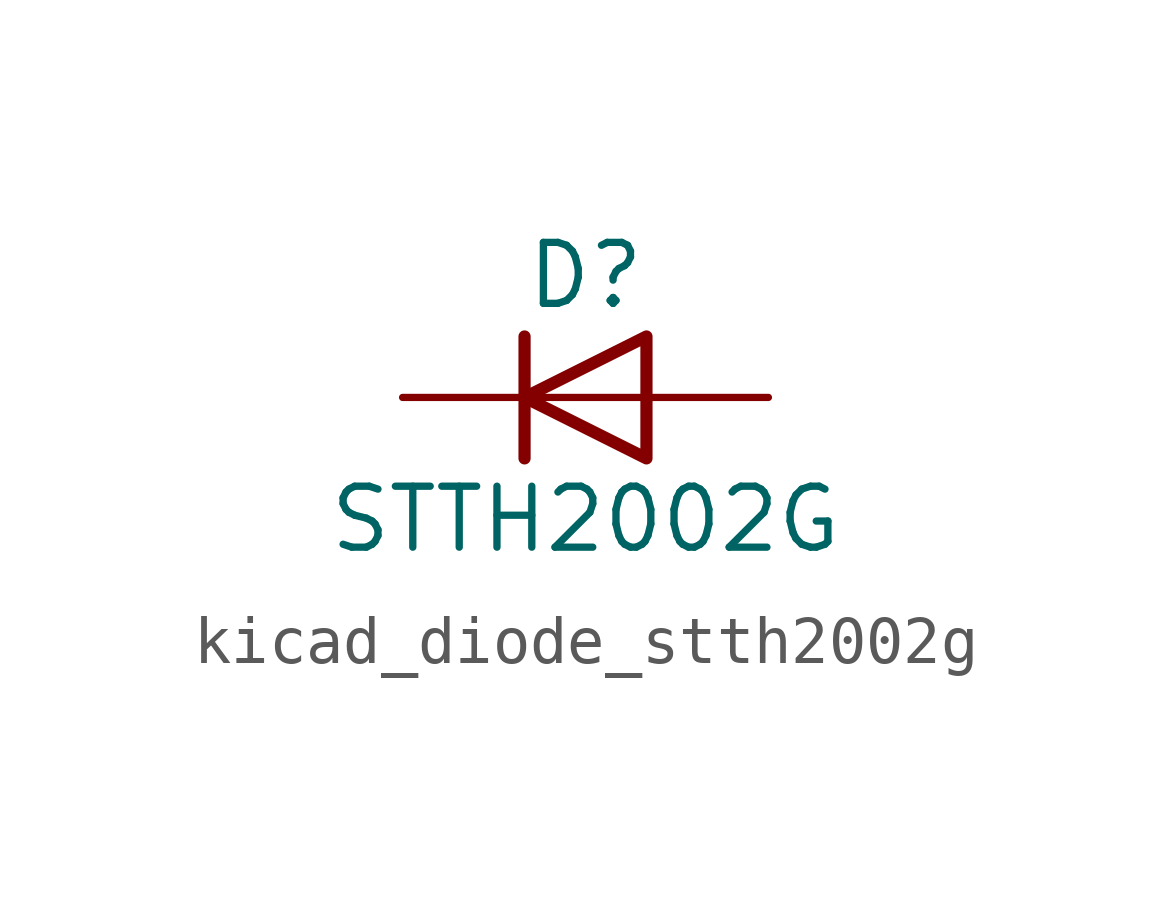
<source format=kicad_sym>
(kicad_symbol_lib
  (version 20220914)
  (generator kicad_symbol_editor)
  (symbol "kicad_diode_stth2002g"
    (pin_numbers hide)
    (pin_names hide)
    (property "Reference" "D"
      (at 0 2.54 0)
      (effects (font (size 1.27 1.27))))
    (property "Value" "STTH2002G"
      (at 0 -2.54 0)
      (effects (font (size 1.27 1.27))))
    (symbol "kicad_diode_stth2002g_0_0"
      (pin passive line (at -3.81 0 0) (length 2.54) (name "K" (effects (font (size 1.27 1.27)))) (number "2" (effects (font (size 1.27 1.27))))))
    (symbol "kicad_diode_stth2002g_0_1"
      (polyline (pts (xy -1.27 1.27) (xy -1.27 -1.27)) (stroke (width 0.254) (type default)) (fill (type none)))
      (polyline (pts (xy 1.27 0) (xy -1.27 0)) (stroke (width 0) (type default)) (fill (type none)))
      (polyline (pts (xy 1.27 1.27) (xy 1.27 -1.27) (xy -1.27 0) (xy 1.27 1.27)) (stroke (width 0.254) (type default)) (fill (type none))))
    (symbol "kicad_diode_stth2002g_1_1"
      (pin no_connect line (at 0 0 90) (length 2.54) hide (name "NC" (effects (font (size 1.27 1.27)))) (number "1" (effects (font (size 1.27 1.27)))))
      (pin passive line (at 3.81 0 180) (length 2.54) (name "A" (effects (font (size 1.27 1.27)))) (number "3" (effects (font (size 1.27 1.27))))))))
</source>
